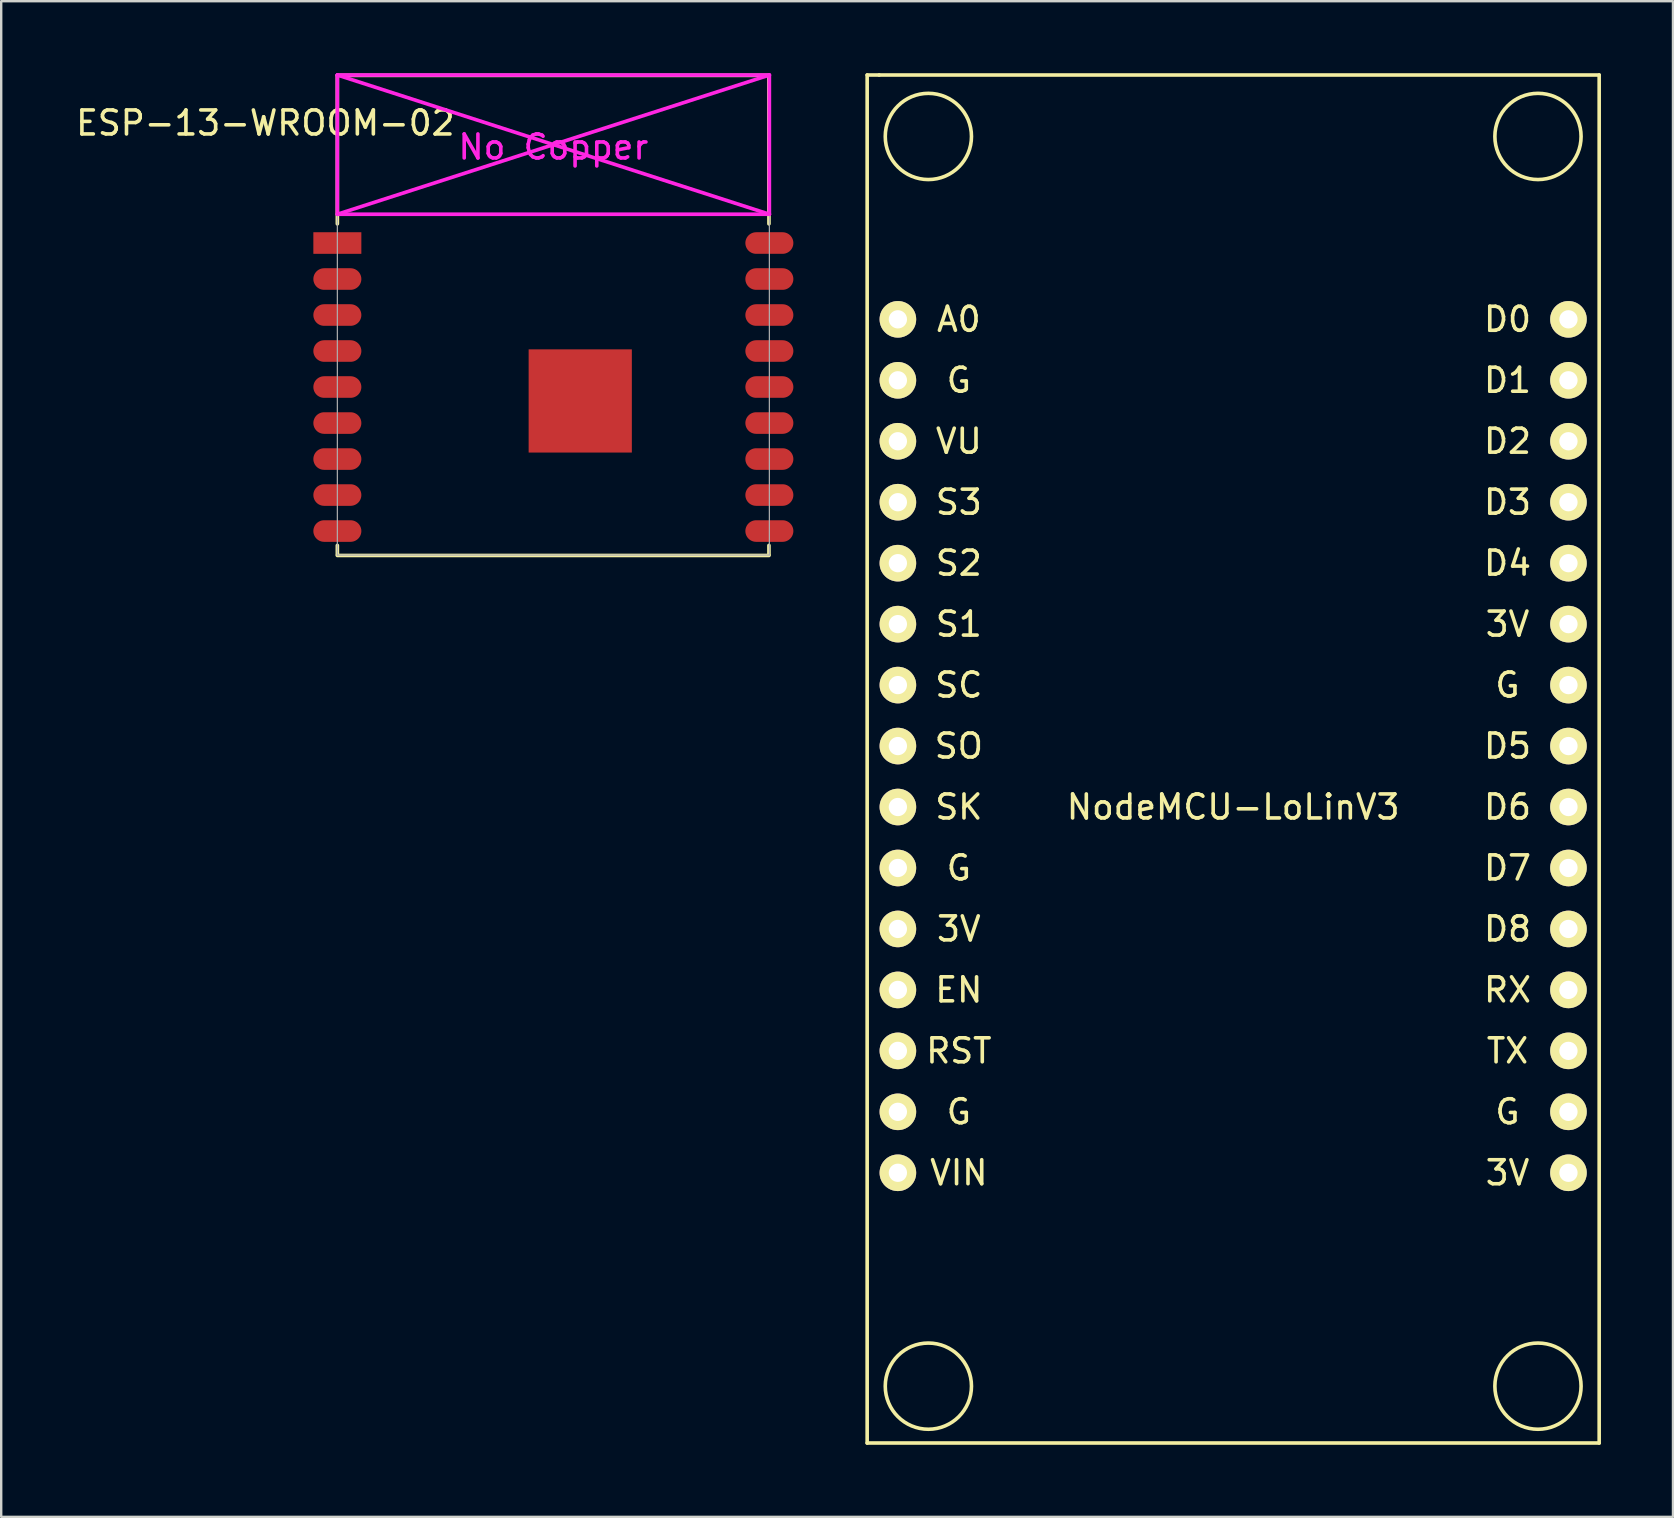
<source format=kicad_pcb>
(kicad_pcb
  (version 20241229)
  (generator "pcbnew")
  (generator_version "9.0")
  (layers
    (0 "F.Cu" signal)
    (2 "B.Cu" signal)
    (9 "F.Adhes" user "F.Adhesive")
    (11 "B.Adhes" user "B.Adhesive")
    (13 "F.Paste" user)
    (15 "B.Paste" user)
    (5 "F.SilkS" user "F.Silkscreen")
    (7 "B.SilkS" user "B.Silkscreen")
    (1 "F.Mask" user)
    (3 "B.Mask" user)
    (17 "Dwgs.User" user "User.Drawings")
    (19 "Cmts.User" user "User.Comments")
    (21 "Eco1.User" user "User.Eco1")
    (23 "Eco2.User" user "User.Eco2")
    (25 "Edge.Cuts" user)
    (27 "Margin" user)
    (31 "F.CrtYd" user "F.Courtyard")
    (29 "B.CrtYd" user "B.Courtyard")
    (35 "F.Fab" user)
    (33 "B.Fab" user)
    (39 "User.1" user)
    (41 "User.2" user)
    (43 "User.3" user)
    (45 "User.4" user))
  (footprint "ESP-13-WROOM-02"
    (layer "F.Cu")
    (at 11.006 7.076)
    (property "Reference" "ESP-13-WROOM-02" (at -3 -5 0) (layer "F.SilkS") (effects (font (size 1 1) (thickness 0.15))))
    (attr through_hole)
    (fp_line (start 0 -6.985) (end 0 -0.8) (stroke (width 0.152) (type solid)) (layer "F.SilkS"))
    (fp_line (start 0 12.6) (end 0 12.979) (stroke (width 0.152) (type solid)) (layer "F.SilkS"))
    (fp_line (start 0 13.018) (end 17.983 13.018) (stroke (width 0.152) (type solid)) (layer "F.SilkS"))
    (fp_line (start 17.971 -6.985) (end 0 -6.985) (stroke (width 0.152) (type solid)) (layer "F.SilkS"))
    (fp_line (start 17.983 -6.985) (end 17.983 -0.8) (stroke (width 0.152) (type solid)) (layer "F.SilkS"))
    (fp_line (start 17.983 12.6) (end 17.983 12.979) (stroke (width 0.152) (type solid)) (layer "F.SilkS"))
    (fp_line (start 0 -7) (end 0 -1.2) (stroke (width 0.152) (type solid)) (layer "F.CrtYd"))
    (fp_line (start 0 -7) (end 18 -1.2) (stroke (width 0.152) (type solid)) (layer "F.CrtYd"))
    (fp_line (start 0 -1.2) (end 18 -1.2) (stroke (width 0.152) (type solid)) (layer "F.CrtYd"))
    (fp_line (start 18 -7) (end 0 -7) (stroke (width 0.152) (type solid)) (layer "F.CrtYd"))
    (fp_line (start 18 -7) (end 0 -1.2) (stroke (width 0.152) (type solid)) (layer "F.CrtYd"))
    (fp_line (start 18 -1.2) (end 18 -7) (stroke (width 0.152) (type solid)) (layer "F.CrtYd"))
    (fp_line (start 0 -7) (end 18 -7) (stroke (width 0.05) (type solid)) (layer "F.Fab"))
    (fp_line (start 0 13) (end 0 -7) (stroke (width 0.05) (type solid)) (layer "F.Fab"))
    (fp_line (start 0 13) (end 18 13) (stroke (width 0.05) (type solid)) (layer "F.Fab"))
    (fp_line (start 18 -7) (end 18 13) (stroke (width 0.05) (type solid)) (layer "F.Fab"))
    (fp_text user "No Copper" (at 9 -4 0) (layer "F.CrtYd") (effects (font (size 1 1) (thickness 0.15))))
    (pad "1" smd rect (at 0 0) (size 2 0.9) (layers "F.Cu" "F.Mask" "F.Paste"))
    (pad "2" smd oval (at 0 1.5) (size 2 0.9) (layers "F.Cu" "F.Mask" "F.Paste"))
    (pad "3" smd oval (at 0 3) (size 2 0.9) (layers "F.Cu" "F.Mask" "F.Paste"))
    (pad "4" smd oval (at 0 4.5) (size 2 0.9) (layers "F.Cu" "F.Mask" "F.Paste"))
    (pad "5" smd oval (at 0 6) (size 2 0.9) (layers "F.Cu" "F.Mask" "F.Paste"))
    (pad "6" smd oval (at 0 7.5) (size 2 0.9) (layers "F.Cu" "F.Mask" "F.Paste"))
    (pad "7" smd oval (at 0 9) (size 2 0.9) (layers "F.Cu" "F.Mask" "F.Paste"))
    (pad "8" smd oval (at 0 10.5) (size 2 0.9) (layers "F.Cu" "F.Mask" "F.Paste"))
    (pad "9" smd oval (at 0 12) (size 2 0.9) (layers "F.Cu" "F.Mask" "F.Paste"))
    (pad "10" smd oval (at 18 12) (size 2 0.9) (layers "F.Cu" "F.Mask" "F.Paste"))
    (pad "11" smd oval (at 18 10.5) (size 2 0.9) (layers "F.Cu" "F.Mask" "F.Paste"))
    (pad "12" smd oval (at 18 9) (size 2 0.9) (layers "F.Cu" "F.Mask" "F.Paste"))
    (pad "13" smd oval (at 18 7.5) (size 2 0.9) (layers "F.Cu" "F.Mask" "F.Paste"))
    (pad "14" smd oval (at 18 6) (size 2 0.9) (layers "F.Cu" "F.Mask" "F.Paste"))
    (pad "15" smd oval (at 18 4.5) (size 2 0.9) (layers "F.Cu" "F.Mask" "F.Paste"))
    (pad "16" smd oval (at 18 3) (size 2 0.9) (layers "F.Cu" "F.Mask" "F.Paste"))
    (pad "17" smd oval (at 18 1.5) (size 2 0.9) (layers "F.Cu" "F.Mask" "F.Paste"))
    (pad "18" smd oval (at 18 0) (size 2 0.9) (layers "F.Cu" "F.Mask" "F.Paste"))
    (pad "PAD" smd rect (at 10.12 6.58) (size 4.3 4.3) (layers "F.Cu" "F.Mask" "F.Paste")))
  (footprint "NodeMCU-LoLinV3"
    (layer "F.Cu")
    (at 34.361 10.255)
    (property "Reference" "NodeMCU-LoLinV3" (at 13.97 20.32 0) (layer "F.SilkS") (effects (font (size 1 1) (thickness 0.15))))
    (attr through_hole)
    (fp_line (start -1.28 -10.18) (end -1.28 46.82) (stroke (width 0.15) (type solid)) (layer "F.SilkS"))
    (fp_line (start -1.28 46.82) (end 29.22 46.82) (stroke (width 0.15) (type solid)) (layer "F.SilkS"))
    (fp_line (start -0.78 -10.18) (end -1.28 -10.18) (stroke (width 0.15) (type solid)) (layer "F.SilkS"))
    (fp_line (start 29.22 -10.18) (end -0.78 -10.18) (stroke (width 0.15) (type solid)) (layer "F.SilkS"))
    (fp_line (start 29.22 46.82) (end 29.22 -10.18) (stroke (width 0.15) (type solid)) (layer "F.SilkS"))
    (fp_circle (center 1.27 -7.62) (end 2.54 -8.89) (stroke (width 0.15) (type solid)) (fill no) (layer "F.SilkS"))
    (fp_circle (center 1.27 44.45) (end 2.54 43.18) (stroke (width 0.15) (type solid)) (fill no) (layer "F.SilkS"))
    (fp_circle (center 26.67 -7.62) (end 27.94 -8.89) (stroke (width 0.15) (type solid)) (fill no) (layer "F.SilkS"))
    (fp_circle (center 26.67 44.45) (end 27.94 43.18) (stroke (width 0.15) (type solid)) (fill no) (layer "F.SilkS"))
    (fp_text user "EN" (at 2.54 27.94 0) (layer "F.SilkS") (effects (font (size 1 1) (thickness 0.15))))
    (fp_text user "D2" (at 25.4 5.08 0) (layer "F.SilkS") (effects (font (size 1 1) (thickness 0.15))))
    (fp_text user "D6" (at 25.4 20.32 0) (layer "F.SilkS") (effects (font (size 1 1) (thickness 0.15))))
    (fp_text user "S2" (at 2.54 10.16 0) (layer "F.SilkS") (effects (font (size 1 1) (thickness 0.15))))
    (fp_text user "S3" (at 2.54 7.62 0) (layer "F.SilkS") (effects (font (size 1 1) (thickness 0.15))))
    (fp_text user "VU" (at 2.54 5.08 0) (layer "F.SilkS") (effects (font (size 1 1) (thickness 0.15))))
    (fp_text user "G" (at 2.54 22.86 0) (layer "F.SilkS") (effects (font (size 1 1) (thickness 0.15))))
    (fp_text user "G" (at 25.4 33.02 0) (layer "F.SilkS") (effects (font (size 1 1) (thickness 0.15))))
    (fp_text user "RX" (at 25.4 27.94 0) (layer "F.SilkS") (effects (font (size 1 1) (thickness 0.15))))
    (fp_text user "TX" (at 25.4 30.48 0) (layer "F.SilkS") (effects (font (size 1 1) (thickness 0.15))))
    (fp_text user "S1" (at 2.54 12.7 0) (layer "F.SilkS") (effects (font (size 1 1) (thickness 0.15))))
    (fp_text user "D1" (at 25.4 2.54 0) (layer "F.SilkS") (effects (font (size 1 1) (thickness 0.15))))
    (fp_text user "3V" (at 25.4 12.7 0) (layer "F.SilkS") (effects (font (size 1 1) (thickness 0.15))))
    (fp_text user "SO" (at 2.54 17.78 0) (layer "F.SilkS") (effects (font (size 1 1) (thickness 0.15))))
    (fp_text user "SK" (at 2.54 20.32 0) (layer "F.SilkS") (effects (font (size 1 1) (thickness 0.15))))
    (fp_text user "D5" (at 25.4 17.78 0) (layer "F.SilkS") (effects (font (size 1 1) (thickness 0.15))))
    (fp_text user "G" (at 25.4 15.24 0) (layer "F.SilkS") (effects (font (size 1 1) (thickness 0.15))))
    (fp_text user "D4" (at 25.4 10.16 0) (layer "F.SilkS") (effects (font (size 1 1) (thickness 0.15))))
    (fp_text user "VIN" (at 2.54 35.56 0) (layer "F.SilkS") (effects (font (size 1 1) (thickness 0.15))))
    (fp_text user "3V" (at 25.4 35.56 0) (layer "F.SilkS") (effects (font (size 1 1) (thickness 0.15))))
    (fp_text user "D3" (at 25.4 7.62 0) (layer "F.SilkS") (effects (font (size 1 1) (thickness 0.15))))
    (fp_text user "D7" (at 25.4 22.86 0) (layer "F.SilkS") (effects (font (size 1 1) (thickness 0.15))))
    (fp_text user "G" (at 2.54 33.02 0) (layer "F.SilkS") (effects (font (size 1 1) (thickness 0.15))))
    (fp_text user "SC" (at 2.54 15.24 0) (layer "F.SilkS") (effects (font (size 1 1) (thickness 0.15))))
    (fp_text user "G" (at 2.54 2.54 0) (layer "F.SilkS") (effects (font (size 1 1) (thickness 0.15))))
    (fp_text user "A0" (at 2.54 0 0) (layer "F.SilkS") (effects (font (size 1 1) (thickness 0.15))))
    (fp_text user "D8" (at 25.4 25.4 0) (layer "F.SilkS") (effects (font (size 1 1) (thickness 0.15))))
    (fp_text user "3V" (at 2.54 25.4 0) (layer "F.SilkS") (effects (font (size 1 1) (thickness 0.15))))
    (fp_text user "RST" (at 2.54 30.48 0) (layer "F.SilkS") (effects (font (size 1 1) (thickness 0.15))))
    (fp_text user "D0" (at 25.4 0 0) (layer "F.SilkS") (effects (font (size 1 1) (thickness 0.15))))
    (pad "1" thru_hole circle (at 0 0) (size 1.524 1.524) (drill 0.762) (layers "*.Cu" "*.Mask" "F.SilkS"))
    (pad "2" thru_hole circle (at 0 2.54) (size 1.524 1.524) (drill 0.762) (layers "*.Cu" "*.Mask" "F.SilkS"))
    (pad "3" thru_hole circle (at 0 5.08) (size 1.524 1.524) (drill 0.762) (layers "*.Cu" "*.Mask" "F.SilkS"))
    (pad "4" thru_hole circle (at 0 7.62) (size 1.524 1.524) (drill 0.762) (layers "*.Cu" "*.Mask" "F.SilkS"))
    (pad "5" thru_hole circle (at 0 10.16) (size 1.524 1.524) (drill 0.762) (layers "*.Cu" "*.Mask" "F.SilkS"))
    (pad "6" thru_hole circle (at 0 12.7) (size 1.524 1.524) (drill 0.762) (layers "*.Cu" "*.Mask" "F.SilkS"))
    (pad "7" thru_hole circle (at 0 15.24) (size 1.524 1.524) (drill 0.762) (layers "*.Cu" "*.Mask" "F.SilkS"))
    (pad "8" thru_hole circle (at 0 17.78) (size 1.524 1.524) (drill 0.762) (layers "*.Cu" "*.Mask" "F.SilkS"))
    (pad "9" thru_hole circle (at 0 20.32) (size 1.524 1.524) (drill 0.762) (layers "*.Cu" "*.Mask" "F.SilkS"))
    (pad "10" thru_hole circle (at 0 22.86) (size 1.524 1.524) (drill 0.762) (layers "*.Cu" "*.Mask" "F.SilkS"))
    (pad "11" thru_hole circle (at 0 25.4) (size 1.524 1.524) (drill 0.762) (layers "*.Cu" "*.Mask" "F.SilkS"))
    (pad "12" thru_hole circle (at 0 27.94) (size 1.524 1.524) (drill 0.762) (layers "*.Cu" "*.Mask" "F.SilkS"))
    (pad "13" thru_hole circle (at 0 30.48) (size 1.524 1.524) (drill 0.762) (layers "*.Cu" "*.Mask" "F.SilkS"))
    (pad "14" thru_hole circle (at 0 33.02) (size 1.524 1.524) (drill 0.762) (layers "*.Cu" "*.Mask" "F.SilkS"))
    (pad "15" thru_hole circle (at 0 35.56) (size 1.524 1.524) (drill 0.762) (layers "*.Cu" "*.Mask" "F.SilkS"))
    (pad "16" thru_hole circle (at 27.94 35.56) (size 1.524 1.524) (drill 0.762) (layers "*.Cu" "*.Mask" "F.SilkS"))
    (pad "17" thru_hole circle (at 27.94 33.02) (size 1.524 1.524) (drill 0.762) (layers "*.Cu" "*.Mask" "F.SilkS"))
    (pad "18" thru_hole circle (at 27.94 30.48) (size 1.524 1.524) (drill 0.762) (layers "*.Cu" "*.Mask" "F.SilkS"))
    (pad "19" thru_hole circle (at 27.94 27.94) (size 1.524 1.524) (drill 0.762) (layers "*.Cu" "*.Mask" "F.SilkS"))
    (pad "20" thru_hole circle (at 27.94 25.4) (size 1.524 1.524) (drill 0.762) (layers "*.Cu" "*.Mask" "F.SilkS"))
    (pad "21" thru_hole circle (at 27.94 22.86) (size 1.524 1.524) (drill 0.762) (layers "*.Cu" "*.Mask" "F.SilkS"))
    (pad "22" thru_hole circle (at 27.94 20.32) (size 1.524 1.524) (drill 0.762) (layers "*.Cu" "*.Mask" "F.SilkS"))
    (pad "23" thru_hole circle (at 27.94 17.78) (size 1.524 1.524) (drill 0.762) (layers "*.Cu" "*.Mask" "F.SilkS"))
    (pad "24" thru_hole circle (at 27.94 15.24) (size 1.524 1.524) (drill 0.762) (layers "*.Cu" "*.Mask" "F.SilkS"))
    (pad "25" thru_hole circle (at 27.94 12.7) (size 1.524 1.524) (drill 0.762) (layers "*.Cu" "*.Mask" "F.SilkS"))
    (pad "26" thru_hole circle (at 27.94 10.16) (size 1.524 1.524) (drill 0.762) (layers "*.Cu" "*.Mask" "F.SilkS"))
    (pad "27" thru_hole circle (at 27.94 7.62) (size 1.524 1.524) (drill 0.762) (layers "*.Cu" "*.Mask" "F.SilkS"))
    (pad "28" thru_hole circle (at 27.94 5.08) (size 1.524 1.524) (drill 0.762) (layers "*.Cu" "*.Mask" "F.SilkS"))
    (pad "29" thru_hole circle (at 27.94 2.54) (size 1.524 1.524) (drill 0.762) (layers "*.Cu" "*.Mask" "F.SilkS"))
    (pad "30" thru_hole circle (at 27.94 0) (size 1.524 1.524) (drill 0.762) (layers "*.Cu" "*.Mask" "F.SilkS")))
  (gr_rect
    (start -3 -3)
    (end 66.656 60.15)
    (stroke (width 0.1) (type default))
    (fill no)
    (layer "Edge.Cuts")))
</source>
